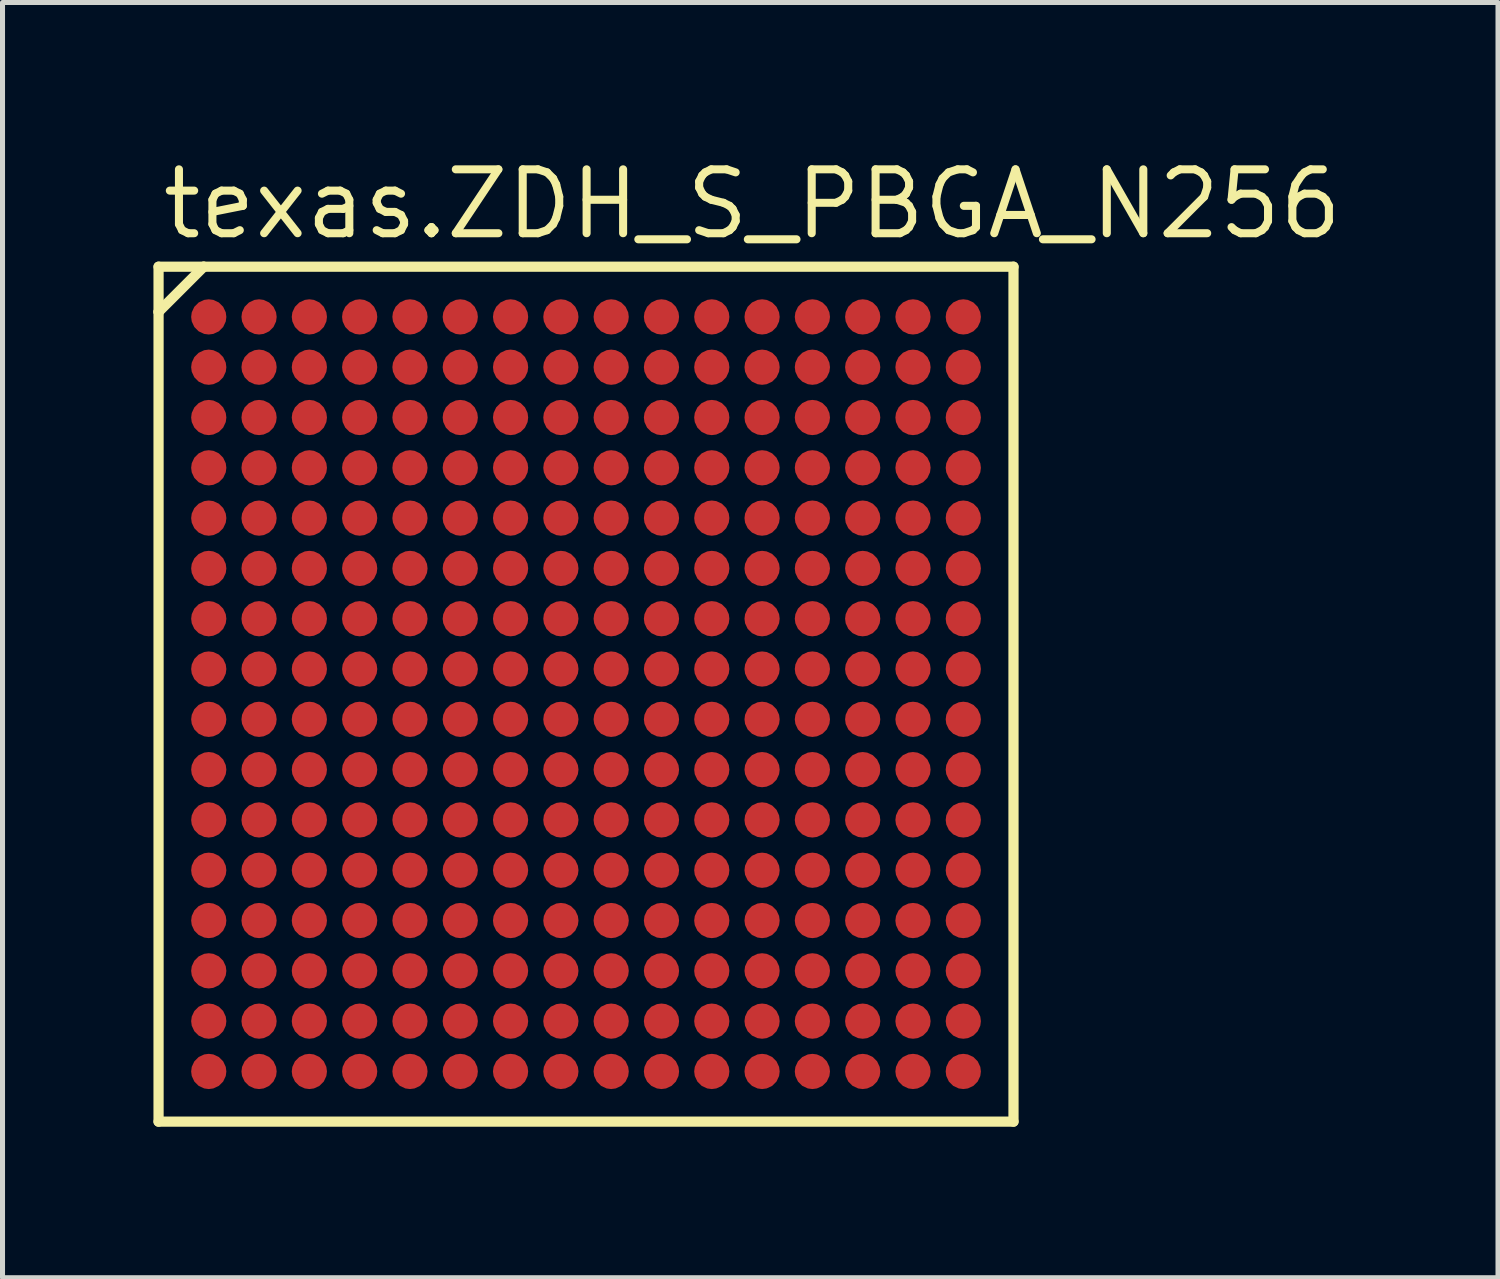
<source format=kicad_pcb>
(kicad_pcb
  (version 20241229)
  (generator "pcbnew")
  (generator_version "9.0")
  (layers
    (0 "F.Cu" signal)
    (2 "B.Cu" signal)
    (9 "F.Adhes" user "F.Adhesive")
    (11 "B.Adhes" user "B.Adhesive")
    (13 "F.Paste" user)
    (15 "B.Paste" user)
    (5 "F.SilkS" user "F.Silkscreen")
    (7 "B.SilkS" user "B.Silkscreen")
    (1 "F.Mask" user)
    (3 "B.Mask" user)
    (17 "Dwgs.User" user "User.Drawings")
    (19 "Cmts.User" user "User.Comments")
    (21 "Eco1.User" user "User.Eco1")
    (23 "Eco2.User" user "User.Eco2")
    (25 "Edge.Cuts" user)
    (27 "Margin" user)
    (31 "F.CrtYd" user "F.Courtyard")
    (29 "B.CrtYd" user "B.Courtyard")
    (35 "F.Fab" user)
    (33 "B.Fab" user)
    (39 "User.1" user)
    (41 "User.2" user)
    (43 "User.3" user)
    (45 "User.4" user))
  (footprint "texas.ZDH_S_PBGA_N256"
    (layer "F.Cu")
    (at 8.6 10.75)
    (property "Reference" "texas.ZDH_S_PBGA_N256" (at -8.5 -9 0) (layer "F.SilkS") (effects (font (size 1.27 1.27) (thickness 0.16)) (justify left bottom)))
    (attr smd)
    (fp_circle (center -7.5 -7.5) (end -7.2 -7.5) (stroke (width 0.1) (type default)) (fill no) (layer "F.Mask"))
    (fp_circle (center -7.5 -6.5) (end -7.2 -6.5) (stroke (width 0.1) (type default)) (fill no) (layer "F.Mask"))
    (fp_circle (center -7.5 -5.5) (end -7.2 -5.5) (stroke (width 0.1) (type default)) (fill no) (layer "F.Mask"))
    (fp_circle (center -7.5 -4.5) (end -7.2 -4.5) (stroke (width 0.1) (type default)) (fill no) (layer "F.Mask"))
    (fp_circle (center -7.5 -3.5) (end -7.2 -3.5) (stroke (width 0.1) (type default)) (fill no) (layer "F.Mask"))
    (fp_circle (center -7.5 -2.5) (end -7.2 -2.5) (stroke (width 0.1) (type default)) (fill no) (layer "F.Mask"))
    (fp_circle (center -7.5 -1.5) (end -7.2 -1.5) (stroke (width 0.1) (type default)) (fill no) (layer "F.Mask"))
    (fp_circle (center -7.5 -0.5) (end -7.2 -0.5) (stroke (width 0.1) (type default)) (fill no) (layer "F.Mask"))
    (fp_circle (center -7.5 0.5) (end -7.2 0.5) (stroke (width 0.1) (type default)) (fill no) (layer "F.Mask"))
    (fp_circle (center -7.5 1.5) (end -7.2 1.5) (stroke (width 0.1) (type default)) (fill no) (layer "F.Mask"))
    (fp_circle (center -7.5 2.5) (end -7.2 2.5) (stroke (width 0.1) (type default)) (fill no) (layer "F.Mask"))
    (fp_circle (center -7.5 3.5) (end -7.2 3.5) (stroke (width 0.1) (type default)) (fill no) (layer "F.Mask"))
    (fp_circle (center -7.5 4.5) (end -7.2 4.5) (stroke (width 0.1) (type default)) (fill no) (layer "F.Mask"))
    (fp_circle (center -7.5 5.5) (end -7.2 5.5) (stroke (width 0.1) (type default)) (fill no) (layer "F.Mask"))
    (fp_circle (center -7.5 6.5) (end -7.2 6.5) (stroke (width 0.1) (type default)) (fill no) (layer "F.Mask"))
    (fp_circle (center -7.5 7.5) (end -7.2 7.5) (stroke (width 0.1) (type default)) (fill no) (layer "F.Mask"))
    (fp_circle (center -6.5 -7.5) (end -6.2 -7.5) (stroke (width 0.1) (type default)) (fill no) (layer "F.Mask"))
    (fp_circle (center -6.5 -6.5) (end -6.2 -6.5) (stroke (width 0.1) (type default)) (fill no) (layer "F.Mask"))
    (fp_circle (center -6.5 -5.5) (end -6.2 -5.5) (stroke (width 0.1) (type default)) (fill no) (layer "F.Mask"))
    (fp_circle (center -6.5 -4.5) (end -6.2 -4.5) (stroke (width 0.1) (type default)) (fill no) (layer "F.Mask"))
    (fp_circle (center -6.5 -3.5) (end -6.2 -3.5) (stroke (width 0.1) (type default)) (fill no) (layer "F.Mask"))
    (fp_circle (center -6.5 -2.5) (end -6.2 -2.5) (stroke (width 0.1) (type default)) (fill no) (layer "F.Mask"))
    (fp_circle (center -6.5 -1.5) (end -6.2 -1.5) (stroke (width 0.1) (type default)) (fill no) (layer "F.Mask"))
    (fp_circle (center -6.5 -0.5) (end -6.2 -0.5) (stroke (width 0.1) (type default)) (fill no) (layer "F.Mask"))
    (fp_circle (center -6.5 0.5) (end -6.2 0.5) (stroke (width 0.1) (type default)) (fill no) (layer "F.Mask"))
    (fp_circle (center -6.5 1.5) (end -6.2 1.5) (stroke (width 0.1) (type default)) (fill no) (layer "F.Mask"))
    (fp_circle (center -6.5 2.5) (end -6.2 2.5) (stroke (width 0.1) (type default)) (fill no) (layer "F.Mask"))
    (fp_circle (center -6.5 3.5) (end -6.2 3.5) (stroke (width 0.1) (type default)) (fill no) (layer "F.Mask"))
    (fp_circle (center -6.5 4.5) (end -6.2 4.5) (stroke (width 0.1) (type default)) (fill no) (layer "F.Mask"))
    (fp_circle (center -6.5 5.5) (end -6.2 5.5) (stroke (width 0.1) (type default)) (fill no) (layer "F.Mask"))
    (fp_circle (center -6.5 6.5) (end -6.2 6.5) (stroke (width 0.1) (type default)) (fill no) (layer "F.Mask"))
    (fp_circle (center -6.5 7.5) (end -6.2 7.5) (stroke (width 0.1) (type default)) (fill no) (layer "F.Mask"))
    (fp_circle (center -5.5 -7.5) (end -5.2 -7.5) (stroke (width 0.1) (type default)) (fill no) (layer "F.Mask"))
    (fp_circle (center -5.5 -6.5) (end -5.2 -6.5) (stroke (width 0.1) (type default)) (fill no) (layer "F.Mask"))
    (fp_circle (center -5.5 -5.5) (end -5.2 -5.5) (stroke (width 0.1) (type default)) (fill no) (layer "F.Mask"))
    (fp_circle (center -5.5 -4.5) (end -5.2 -4.5) (stroke (width 0.1) (type default)) (fill no) (layer "F.Mask"))
    (fp_circle (center -5.5 -3.5) (end -5.2 -3.5) (stroke (width 0.1) (type default)) (fill no) (layer "F.Mask"))
    (fp_circle (center -5.5 -2.5) (end -5.2 -2.5) (stroke (width 0.1) (type default)) (fill no) (layer "F.Mask"))
    (fp_circle (center -5.5 -1.5) (end -5.2 -1.5) (stroke (width 0.1) (type default)) (fill no) (layer "F.Mask"))
    (fp_circle (center -5.5 -0.5) (end -5.2 -0.5) (stroke (width 0.1) (type default)) (fill no) (layer "F.Mask"))
    (fp_circle (center -5.5 0.5) (end -5.2 0.5) (stroke (width 0.1) (type default)) (fill no) (layer "F.Mask"))
    (fp_circle (center -5.5 1.5) (end -5.2 1.5) (stroke (width 0.1) (type default)) (fill no) (layer "F.Mask"))
    (fp_circle (center -5.5 2.5) (end -5.2 2.5) (stroke (width 0.1) (type default)) (fill no) (layer "F.Mask"))
    (fp_circle (center -5.5 3.5) (end -5.2 3.5) (stroke (width 0.1) (type default)) (fill no) (layer "F.Mask"))
    (fp_circle (center -5.5 4.5) (end -5.2 4.5) (stroke (width 0.1) (type default)) (fill no) (layer "F.Mask"))
    (fp_circle (center -5.5 5.5) (end -5.2 5.5) (stroke (width 0.1) (type default)) (fill no) (layer "F.Mask"))
    (fp_circle (center -5.5 6.5) (end -5.2 6.5) (stroke (width 0.1) (type default)) (fill no) (layer "F.Mask"))
    (fp_circle (center -5.5 7.5) (end -5.2 7.5) (stroke (width 0.1) (type default)) (fill no) (layer "F.Mask"))
    (fp_circle (center -4.5 -7.5) (end -4.2 -7.5) (stroke (width 0.1) (type default)) (fill no) (layer "F.Mask"))
    (fp_circle (center -4.5 -6.5) (end -4.2 -6.5) (stroke (width 0.1) (type default)) (fill no) (layer "F.Mask"))
    (fp_circle (center -4.5 -5.5) (end -4.2 -5.5) (stroke (width 0.1) (type default)) (fill no) (layer "F.Mask"))
    (fp_circle (center -4.5 -4.5) (end -4.2 -4.5) (stroke (width 0.1) (type default)) (fill no) (layer "F.Mask"))
    (fp_circle (center -4.5 -3.5) (end -4.2 -3.5) (stroke (width 0.1) (type default)) (fill no) (layer "F.Mask"))
    (fp_circle (center -4.5 -2.5) (end -4.2 -2.5) (stroke (width 0.1) (type default)) (fill no) (layer "F.Mask"))
    (fp_circle (center -4.5 -1.5) (end -4.2 -1.5) (stroke (width 0.1) (type default)) (fill no) (layer "F.Mask"))
    (fp_circle (center -4.5 -0.5) (end -4.2 -0.5) (stroke (width 0.1) (type default)) (fill no) (layer "F.Mask"))
    (fp_circle (center -4.5 0.5) (end -4.2 0.5) (stroke (width 0.1) (type default)) (fill no) (layer "F.Mask"))
    (fp_circle (center -4.5 1.5) (end -4.2 1.5) (stroke (width 0.1) (type default)) (fill no) (layer "F.Mask"))
    (fp_circle (center -4.5 2.5) (end -4.2 2.5) (stroke (width 0.1) (type default)) (fill no) (layer "F.Mask"))
    (fp_circle (center -4.5 3.5) (end -4.2 3.5) (stroke (width 0.1) (type default)) (fill no) (layer "F.Mask"))
    (fp_circle (center -4.5 4.5) (end -4.2 4.5) (stroke (width 0.1) (type default)) (fill no) (layer "F.Mask"))
    (fp_circle (center -4.5 5.5) (end -4.2 5.5) (stroke (width 0.1) (type default)) (fill no) (layer "F.Mask"))
    (fp_circle (center -4.5 6.5) (end -4.2 6.5) (stroke (width 0.1) (type default)) (fill no) (layer "F.Mask"))
    (fp_circle (center -4.5 7.5) (end -4.2 7.5) (stroke (width 0.1) (type default)) (fill no) (layer "F.Mask"))
    (fp_circle (center -3.5 -7.5) (end -3.2 -7.5) (stroke (width 0.1) (type default)) (fill no) (layer "F.Mask"))
    (fp_circle (center -3.5 -6.5) (end -3.2 -6.5) (stroke (width 0.1) (type default)) (fill no) (layer "F.Mask"))
    (fp_circle (center -3.5 -5.5) (end -3.2 -5.5) (stroke (width 0.1) (type default)) (fill no) (layer "F.Mask"))
    (fp_circle (center -3.5 -4.5) (end -3.2 -4.5) (stroke (width 0.1) (type default)) (fill no) (layer "F.Mask"))
    (fp_circle (center -3.5 -3.5) (end -3.2 -3.5) (stroke (width 0.1) (type default)) (fill no) (layer "F.Mask"))
    (fp_circle (center -3.5 -2.5) (end -3.2 -2.5) (stroke (width 0.1) (type default)) (fill no) (layer "F.Mask"))
    (fp_circle (center -3.5 -1.5) (end -3.2 -1.5) (stroke (width 0.1) (type default)) (fill no) (layer "F.Mask"))
    (fp_circle (center -3.5 -0.5) (end -3.2 -0.5) (stroke (width 0.1) (type default)) (fill no) (layer "F.Mask"))
    (fp_circle (center -3.5 0.5) (end -3.2 0.5) (stroke (width 0.1) (type default)) (fill no) (layer "F.Mask"))
    (fp_circle (center -3.5 1.5) (end -3.2 1.5) (stroke (width 0.1) (type default)) (fill no) (layer "F.Mask"))
    (fp_circle (center -3.5 2.5) (end -3.2 2.5) (stroke (width 0.1) (type default)) (fill no) (layer "F.Mask"))
    (fp_circle (center -3.5 3.5) (end -3.2 3.5) (stroke (width 0.1) (type default)) (fill no) (layer "F.Mask"))
    (fp_circle (center -3.5 4.5) (end -3.2 4.5) (stroke (width 0.1) (type default)) (fill no) (layer "F.Mask"))
    (fp_circle (center -3.5 5.5) (end -3.2 5.5) (stroke (width 0.1) (type default)) (fill no) (layer "F.Mask"))
    (fp_circle (center -3.5 6.5) (end -3.2 6.5) (stroke (width 0.1) (type default)) (fill no) (layer "F.Mask"))
    (fp_circle (center -3.5 7.5) (end -3.2 7.5) (stroke (width 0.1) (type default)) (fill no) (layer "F.Mask"))
    (fp_circle (center -2.5 -7.5) (end -2.2 -7.5) (stroke (width 0.1) (type default)) (fill no) (layer "F.Mask"))
    (fp_circle (center -2.5 -6.5) (end -2.2 -6.5) (stroke (width 0.1) (type default)) (fill no) (layer "F.Mask"))
    (fp_circle (center -2.5 -5.5) (end -2.2 -5.5) (stroke (width 0.1) (type default)) (fill no) (layer "F.Mask"))
    (fp_circle (center -2.5 -4.5) (end -2.2 -4.5) (stroke (width 0.1) (type default)) (fill no) (layer "F.Mask"))
    (fp_circle (center -2.5 -3.5) (end -2.2 -3.5) (stroke (width 0.1) (type default)) (fill no) (layer "F.Mask"))
    (fp_circle (center -2.5 -2.5) (end -2.2 -2.5) (stroke (width 0.1) (type default)) (fill no) (layer "F.Mask"))
    (fp_circle (center -2.5 -1.5) (end -2.2 -1.5) (stroke (width 0.1) (type default)) (fill no) (layer "F.Mask"))
    (fp_circle (center -2.5 -0.5) (end -2.2 -0.5) (stroke (width 0.1) (type default)) (fill no) (layer "F.Mask"))
    (fp_circle (center -2.5 0.5) (end -2.2 0.5) (stroke (width 0.1) (type default)) (fill no) (layer "F.Mask"))
    (fp_circle (center -2.5 1.5) (end -2.2 1.5) (stroke (width 0.1) (type default)) (fill no) (layer "F.Mask"))
    (fp_circle (center -2.5 2.5) (end -2.2 2.5) (stroke (width 0.1) (type default)) (fill no) (layer "F.Mask"))
    (fp_circle (center -2.5 3.5) (end -2.2 3.5) (stroke (width 0.1) (type default)) (fill no) (layer "F.Mask"))
    (fp_circle (center -2.5 4.5) (end -2.2 4.5) (stroke (width 0.1) (type default)) (fill no) (layer "F.Mask"))
    (fp_circle (center -2.5 5.5) (end -2.2 5.5) (stroke (width 0.1) (type default)) (fill no) (layer "F.Mask"))
    (fp_circle (center -2.5 6.5) (end -2.2 6.5) (stroke (width 0.1) (type default)) (fill no) (layer "F.Mask"))
    (fp_circle (center -2.5 7.5) (end -2.2 7.5) (stroke (width 0.1) (type default)) (fill no) (layer "F.Mask"))
    (fp_circle (center -1.5 -7.5) (end -1.2 -7.5) (stroke (width 0.1) (type default)) (fill no) (layer "F.Mask"))
    (fp_circle (center -1.5 -6.5) (end -1.2 -6.5) (stroke (width 0.1) (type default)) (fill no) (layer "F.Mask"))
    (fp_circle (center -1.5 -5.5) (end -1.2 -5.5) (stroke (width 0.1) (type default)) (fill no) (layer "F.Mask"))
    (fp_circle (center -1.5 -4.5) (end -1.2 -4.5) (stroke (width 0.1) (type default)) (fill no) (layer "F.Mask"))
    (fp_circle (center -1.5 -3.5) (end -1.2 -3.5) (stroke (width 0.1) (type default)) (fill no) (layer "F.Mask"))
    (fp_circle (center -1.5 -2.5) (end -1.2 -2.5) (stroke (width 0.1) (type default)) (fill no) (layer "F.Mask"))
    (fp_circle (center -1.5 -1.5) (end -1.2 -1.5) (stroke (width 0.1) (type default)) (fill no) (layer "F.Mask"))
    (fp_circle (center -1.5 -0.5) (end -1.2 -0.5) (stroke (width 0.1) (type default)) (fill no) (layer "F.Mask"))
    (fp_circle (center -1.5 0.5) (end -1.2 0.5) (stroke (width 0.1) (type default)) (fill no) (layer "F.Mask"))
    (fp_circle (center -1.5 1.5) (end -1.2 1.5) (stroke (width 0.1) (type default)) (fill no) (layer "F.Mask"))
    (fp_circle (center -1.5 2.5) (end -1.2 2.5) (stroke (width 0.1) (type default)) (fill no) (layer "F.Mask"))
    (fp_circle (center -1.5 3.5) (end -1.2 3.5) (stroke (width 0.1) (type default)) (fill no) (layer "F.Mask"))
    (fp_circle (center -1.5 4.5) (end -1.2 4.5) (stroke (width 0.1) (type default)) (fill no) (layer "F.Mask"))
    (fp_circle (center -1.5 5.5) (end -1.2 5.5) (stroke (width 0.1) (type default)) (fill no) (layer "F.Mask"))
    (fp_circle (center -1.5 6.5) (end -1.2 6.5) (stroke (width 0.1) (type default)) (fill no) (layer "F.Mask"))
    (fp_circle (center -1.5 7.5) (end -1.2 7.5) (stroke (width 0.1) (type default)) (fill no) (layer "F.Mask"))
    (fp_circle (center -0.5 -7.5) (end -0.2 -7.5) (stroke (width 0.1) (type default)) (fill no) (layer "F.Mask"))
    (fp_circle (center -0.5 -6.5) (end -0.2 -6.5) (stroke (width 0.1) (type default)) (fill no) (layer "F.Mask"))
    (fp_circle (center -0.5 -5.5) (end -0.2 -5.5) (stroke (width 0.1) (type default)) (fill no) (layer "F.Mask"))
    (fp_circle (center -0.5 -4.5) (end -0.2 -4.5) (stroke (width 0.1) (type default)) (fill no) (layer "F.Mask"))
    (fp_circle (center -0.5 -3.5) (end -0.2 -3.5) (stroke (width 0.1) (type default)) (fill no) (layer "F.Mask"))
    (fp_circle (center -0.5 -2.5) (end -0.2 -2.5) (stroke (width 0.1) (type default)) (fill no) (layer "F.Mask"))
    (fp_circle (center -0.5 -1.5) (end -0.2 -1.5) (stroke (width 0.1) (type default)) (fill no) (layer "F.Mask"))
    (fp_circle (center -0.5 -0.5) (end -0.2 -0.5) (stroke (width 0.1) (type default)) (fill no) (layer "F.Mask"))
    (fp_circle (center -0.5 0.5) (end -0.2 0.5) (stroke (width 0.1) (type default)) (fill no) (layer "F.Mask"))
    (fp_circle (center -0.5 1.5) (end -0.2 1.5) (stroke (width 0.1) (type default)) (fill no) (layer "F.Mask"))
    (fp_circle (center -0.5 2.5) (end -0.2 2.5) (stroke (width 0.1) (type default)) (fill no) (layer "F.Mask"))
    (fp_circle (center -0.5 3.5) (end -0.2 3.5) (stroke (width 0.1) (type default)) (fill no) (layer "F.Mask"))
    (fp_circle (center -0.5 4.5) (end -0.2 4.5) (stroke (width 0.1) (type default)) (fill no) (layer "F.Mask"))
    (fp_circle (center -0.5 5.5) (end -0.2 5.5) (stroke (width 0.1) (type default)) (fill no) (layer "F.Mask"))
    (fp_circle (center -0.5 6.5) (end -0.2 6.5) (stroke (width 0.1) (type default)) (fill no) (layer "F.Mask"))
    (fp_circle (center -0.5 7.5) (end -0.2 7.5) (stroke (width 0.1) (type default)) (fill no) (layer "F.Mask"))
    (fp_circle (center 0.5 -7.5) (end 0.8 -7.5) (stroke (width 0.1) (type default)) (fill no) (layer "F.Mask"))
    (fp_circle (center 0.5 -6.5) (end 0.8 -6.5) (stroke (width 0.1) (type default)) (fill no) (layer "F.Mask"))
    (fp_circle (center 0.5 -5.5) (end 0.8 -5.5) (stroke (width 0.1) (type default)) (fill no) (layer "F.Mask"))
    (fp_circle (center 0.5 -4.5) (end 0.8 -4.5) (stroke (width 0.1) (type default)) (fill no) (layer "F.Mask"))
    (fp_circle (center 0.5 -3.5) (end 0.8 -3.5) (stroke (width 0.1) (type default)) (fill no) (layer "F.Mask"))
    (fp_circle (center 0.5 -2.5) (end 0.8 -2.5) (stroke (width 0.1) (type default)) (fill no) (layer "F.Mask"))
    (fp_circle (center 0.5 -1.5) (end 0.8 -1.5) (stroke (width 0.1) (type default)) (fill no) (layer "F.Mask"))
    (fp_circle (center 0.5 -0.5) (end 0.8 -0.5) (stroke (width 0.1) (type default)) (fill no) (layer "F.Mask"))
    (fp_circle (center 0.5 0.5) (end 0.8 0.5) (stroke (width 0.1) (type default)) (fill no) (layer "F.Mask"))
    (fp_circle (center 0.5 1.5) (end 0.8 1.5) (stroke (width 0.1) (type default)) (fill no) (layer "F.Mask"))
    (fp_circle (center 0.5 2.5) (end 0.8 2.5) (stroke (width 0.1) (type default)) (fill no) (layer "F.Mask"))
    (fp_circle (center 0.5 3.5) (end 0.8 3.5) (stroke (width 0.1) (type default)) (fill no) (layer "F.Mask"))
    (fp_circle (center 0.5 4.5) (end 0.8 4.5) (stroke (width 0.1) (type default)) (fill no) (layer "F.Mask"))
    (fp_circle (center 0.5 5.5) (end 0.8 5.5) (stroke (width 0.1) (type default)) (fill no) (layer "F.Mask"))
    (fp_circle (center 0.5 6.5) (end 0.8 6.5) (stroke (width 0.1) (type default)) (fill no) (layer "F.Mask"))
    (fp_circle (center 0.5 7.5) (end 0.8 7.5) (stroke (width 0.1) (type default)) (fill no) (layer "F.Mask"))
    (fp_circle (center 1.5 -7.5) (end 1.8 -7.5) (stroke (width 0.1) (type default)) (fill no) (layer "F.Mask"))
    (fp_circle (center 1.5 -6.5) (end 1.8 -6.5) (stroke (width 0.1) (type default)) (fill no) (layer "F.Mask"))
    (fp_circle (center 1.5 -5.5) (end 1.8 -5.5) (stroke (width 0.1) (type default)) (fill no) (layer "F.Mask"))
    (fp_circle (center 1.5 -4.5) (end 1.8 -4.5) (stroke (width 0.1) (type default)) (fill no) (layer "F.Mask"))
    (fp_circle (center 1.5 -3.5) (end 1.8 -3.5) (stroke (width 0.1) (type default)) (fill no) (layer "F.Mask"))
    (fp_circle (center 1.5 -2.5) (end 1.8 -2.5) (stroke (width 0.1) (type default)) (fill no) (layer "F.Mask"))
    (fp_circle (center 1.5 -1.5) (end 1.8 -1.5) (stroke (width 0.1) (type default)) (fill no) (layer "F.Mask"))
    (fp_circle (center 1.5 -0.5) (end 1.8 -0.5) (stroke (width 0.1) (type default)) (fill no) (layer "F.Mask"))
    (fp_circle (center 1.5 0.5) (end 1.8 0.5) (stroke (width 0.1) (type default)) (fill no) (layer "F.Mask"))
    (fp_circle (center 1.5 1.5) (end 1.8 1.5) (stroke (width 0.1) (type default)) (fill no) (layer "F.Mask"))
    (fp_circle (center 1.5 2.5) (end 1.8 2.5) (stroke (width 0.1) (type default)) (fill no) (layer "F.Mask"))
    (fp_circle (center 1.5 3.5) (end 1.8 3.5) (stroke (width 0.1) (type default)) (fill no) (layer "F.Mask"))
    (fp_circle (center 1.5 4.5) (end 1.8 4.5) (stroke (width 0.1) (type default)) (fill no) (layer "F.Mask"))
    (fp_circle (center 1.5 5.5) (end 1.8 5.5) (stroke (width 0.1) (type default)) (fill no) (layer "F.Mask"))
    (fp_circle (center 1.5 6.5) (end 1.8 6.5) (stroke (width 0.1) (type default)) (fill no) (layer "F.Mask"))
    (fp_circle (center 1.5 7.5) (end 1.8 7.5) (stroke (width 0.1) (type default)) (fill no) (layer "F.Mask"))
    (fp_circle (center 2.5 -7.5) (end 2.8 -7.5) (stroke (width 0.1) (type default)) (fill no) (layer "F.Mask"))
    (fp_circle (center 2.5 -6.5) (end 2.8 -6.5) (stroke (width 0.1) (type default)) (fill no) (layer "F.Mask"))
    (fp_circle (center 2.5 -5.5) (end 2.8 -5.5) (stroke (width 0.1) (type default)) (fill no) (layer "F.Mask"))
    (fp_circle (center 2.5 -4.5) (end 2.8 -4.5) (stroke (width 0.1) (type default)) (fill no) (layer "F.Mask"))
    (fp_circle (center 2.5 -3.5) (end 2.8 -3.5) (stroke (width 0.1) (type default)) (fill no) (layer "F.Mask"))
    (fp_circle (center 2.5 -2.5) (end 2.8 -2.5) (stroke (width 0.1) (type default)) (fill no) (layer "F.Mask"))
    (fp_circle (center 2.5 -1.5) (end 2.8 -1.5) (stroke (width 0.1) (type default)) (fill no) (layer "F.Mask"))
    (fp_circle (center 2.5 -0.5) (end 2.8 -0.5) (stroke (width 0.1) (type default)) (fill no) (layer "F.Mask"))
    (fp_circle (center 2.5 0.5) (end 2.8 0.5) (stroke (width 0.1) (type default)) (fill no) (layer "F.Mask"))
    (fp_circle (center 2.5 1.5) (end 2.8 1.5) (stroke (width 0.1) (type default)) (fill no) (layer "F.Mask"))
    (fp_circle (center 2.5 2.5) (end 2.8 2.5) (stroke (width 0.1) (type default)) (fill no) (layer "F.Mask"))
    (fp_circle (center 2.5 3.5) (end 2.8 3.5) (stroke (width 0.1) (type default)) (fill no) (layer "F.Mask"))
    (fp_circle (center 2.5 4.5) (end 2.8 4.5) (stroke (width 0.1) (type default)) (fill no) (layer "F.Mask"))
    (fp_circle (center 2.5 5.5) (end 2.8 5.5) (stroke (width 0.1) (type default)) (fill no) (layer "F.Mask"))
    (fp_circle (center 2.5 6.5) (end 2.8 6.5) (stroke (width 0.1) (type default)) (fill no) (layer "F.Mask"))
    (fp_circle (center 2.5 7.5) (end 2.8 7.5) (stroke (width 0.1) (type default)) (fill no) (layer "F.Mask"))
    (fp_circle (center 3.5 -7.5) (end 3.8 -7.5) (stroke (width 0.1) (type default)) (fill no) (layer "F.Mask"))
    (fp_circle (center 3.5 -6.5) (end 3.8 -6.5) (stroke (width 0.1) (type default)) (fill no) (layer "F.Mask"))
    (fp_circle (center 3.5 -5.5) (end 3.8 -5.5) (stroke (width 0.1) (type default)) (fill no) (layer "F.Mask"))
    (fp_circle (center 3.5 -4.5) (end 3.8 -4.5) (stroke (width 0.1) (type default)) (fill no) (layer "F.Mask"))
    (fp_circle (center 3.5 -3.5) (end 3.8 -3.5) (stroke (width 0.1) (type default)) (fill no) (layer "F.Mask"))
    (fp_circle (center 3.5 -2.5) (end 3.8 -2.5) (stroke (width 0.1) (type default)) (fill no) (layer "F.Mask"))
    (fp_circle (center 3.5 -1.5) (end 3.8 -1.5) (stroke (width 0.1) (type default)) (fill no) (layer "F.Mask"))
    (fp_circle (center 3.5 -0.5) (end 3.8 -0.5) (stroke (width 0.1) (type default)) (fill no) (layer "F.Mask"))
    (fp_circle (center 3.5 0.5) (end 3.8 0.5) (stroke (width 0.1) (type default)) (fill no) (layer "F.Mask"))
    (fp_circle (center 3.5 1.5) (end 3.8 1.5) (stroke (width 0.1) (type default)) (fill no) (layer "F.Mask"))
    (fp_circle (center 3.5 2.5) (end 3.8 2.5) (stroke (width 0.1) (type default)) (fill no) (layer "F.Mask"))
    (fp_circle (center 3.5 3.5) (end 3.8 3.5) (stroke (width 0.1) (type default)) (fill no) (layer "F.Mask"))
    (fp_circle (center 3.5 4.5) (end 3.8 4.5) (stroke (width 0.1) (type default)) (fill no) (layer "F.Mask"))
    (fp_circle (center 3.5 5.5) (end 3.8 5.5) (stroke (width 0.1) (type default)) (fill no) (layer "F.Mask"))
    (fp_circle (center 3.5 6.5) (end 3.8 6.5) (stroke (width 0.1) (type default)) (fill no) (layer "F.Mask"))
    (fp_circle (center 3.5 7.5) (end 3.8 7.5) (stroke (width 0.1) (type default)) (fill no) (layer "F.Mask"))
    (fp_circle (center 4.5 -7.5) (end 4.8 -7.5) (stroke (width 0.1) (type default)) (fill no) (layer "F.Mask"))
    (fp_circle (center 4.5 -6.5) (end 4.8 -6.5) (stroke (width 0.1) (type default)) (fill no) (layer "F.Mask"))
    (fp_circle (center 4.5 -5.5) (end 4.8 -5.5) (stroke (width 0.1) (type default)) (fill no) (layer "F.Mask"))
    (fp_circle (center 4.5 -4.5) (end 4.8 -4.5) (stroke (width 0.1) (type default)) (fill no) (layer "F.Mask"))
    (fp_circle (center 4.5 -3.5) (end 4.8 -3.5) (stroke (width 0.1) (type default)) (fill no) (layer "F.Mask"))
    (fp_circle (center 4.5 -2.5) (end 4.8 -2.5) (stroke (width 0.1) (type default)) (fill no) (layer "F.Mask"))
    (fp_circle (center 4.5 -1.5) (end 4.8 -1.5) (stroke (width 0.1) (type default)) (fill no) (layer "F.Mask"))
    (fp_circle (center 4.5 -0.5) (end 4.8 -0.5) (stroke (width 0.1) (type default)) (fill no) (layer "F.Mask"))
    (fp_circle (center 4.5 0.5) (end 4.8 0.5) (stroke (width 0.1) (type default)) (fill no) (layer "F.Mask"))
    (fp_circle (center 4.5 1.5) (end 4.8 1.5) (stroke (width 0.1) (type default)) (fill no) (layer "F.Mask"))
    (fp_circle (center 4.5 2.5) (end 4.8 2.5) (stroke (width 0.1) (type default)) (fill no) (layer "F.Mask"))
    (fp_circle (center 4.5 3.5) (end 4.8 3.5) (stroke (width 0.1) (type default)) (fill no) (layer "F.Mask"))
    (fp_circle (center 4.5 4.5) (end 4.8 4.5) (stroke (width 0.1) (type default)) (fill no) (layer "F.Mask"))
    (fp_circle (center 4.5 5.5) (end 4.8 5.5) (stroke (width 0.1) (type default)) (fill no) (layer "F.Mask"))
    (fp_circle (center 4.5 6.5) (end 4.8 6.5) (stroke (width 0.1) (type default)) (fill no) (layer "F.Mask"))
    (fp_circle (center 4.5 7.5) (end 4.8 7.5) (stroke (width 0.1) (type default)) (fill no) (layer "F.Mask"))
    (fp_circle (center 5.5 -7.5) (end 5.8 -7.5) (stroke (width 0.1) (type default)) (fill no) (layer "F.Mask"))
    (fp_circle (center 5.5 -6.5) (end 5.8 -6.5) (stroke (width 0.1) (type default)) (fill no) (layer "F.Mask"))
    (fp_circle (center 5.5 -5.5) (end 5.8 -5.5) (stroke (width 0.1) (type default)) (fill no) (layer "F.Mask"))
    (fp_circle (center 5.5 -4.5) (end 5.8 -4.5) (stroke (width 0.1) (type default)) (fill no) (layer "F.Mask"))
    (fp_circle (center 5.5 -3.5) (end 5.8 -3.5) (stroke (width 0.1) (type default)) (fill no) (layer "F.Mask"))
    (fp_circle (center 5.5 -2.5) (end 5.8 -2.5) (stroke (width 0.1) (type default)) (fill no) (layer "F.Mask"))
    (fp_circle (center 5.5 -1.5) (end 5.8 -1.5) (stroke (width 0.1) (type default)) (fill no) (layer "F.Mask"))
    (fp_circle (center 5.5 -0.5) (end 5.8 -0.5) (stroke (width 0.1) (type default)) (fill no) (layer "F.Mask"))
    (fp_circle (center 5.5 0.5) (end 5.8 0.5) (stroke (width 0.1) (type default)) (fill no) (layer "F.Mask"))
    (fp_circle (center 5.5 1.5) (end 5.8 1.5) (stroke (width 0.1) (type default)) (fill no) (layer "F.Mask"))
    (fp_circle (center 5.5 2.5) (end 5.8 2.5) (stroke (width 0.1) (type default)) (fill no) (layer "F.Mask"))
    (fp_circle (center 5.5 3.5) (end 5.8 3.5) (stroke (width 0.1) (type default)) (fill no) (layer "F.Mask"))
    (fp_circle (center 5.5 4.5) (end 5.8 4.5) (stroke (width 0.1) (type default)) (fill no) (layer "F.Mask"))
    (fp_circle (center 5.5 5.5) (end 5.8 5.5) (stroke (width 0.1) (type default)) (fill no) (layer "F.Mask"))
    (fp_circle (center 5.5 6.5) (end 5.8 6.5) (stroke (width 0.1) (type default)) (fill no) (layer "F.Mask"))
    (fp_circle (center 5.5 7.5) (end 5.8 7.5) (stroke (width 0.1) (type default)) (fill no) (layer "F.Mask"))
    (fp_circle (center 6.5 -7.5) (end 6.8 -7.5) (stroke (width 0.1) (type default)) (fill no) (layer "F.Mask"))
    (fp_circle (center 6.5 -6.5) (end 6.8 -6.5) (stroke (width 0.1) (type default)) (fill no) (layer "F.Mask"))
    (fp_circle (center 6.5 -5.5) (end 6.8 -5.5) (stroke (width 0.1) (type default)) (fill no) (layer "F.Mask"))
    (fp_circle (center 6.5 -4.5) (end 6.8 -4.5) (stroke (width 0.1) (type default)) (fill no) (layer "F.Mask"))
    (fp_circle (center 6.5 -3.5) (end 6.8 -3.5) (stroke (width 0.1) (type default)) (fill no) (layer "F.Mask"))
    (fp_circle (center 6.5 -2.5) (end 6.8 -2.5) (stroke (width 0.1) (type default)) (fill no) (layer "F.Mask"))
    (fp_circle (center 6.5 -1.5) (end 6.8 -1.5) (stroke (width 0.1) (type default)) (fill no) (layer "F.Mask"))
    (fp_circle (center 6.5 -0.5) (end 6.8 -0.5) (stroke (width 0.1) (type default)) (fill no) (layer "F.Mask"))
    (fp_circle (center 6.5 0.5) (end 6.8 0.5) (stroke (width 0.1) (type default)) (fill no) (layer "F.Mask"))
    (fp_circle (center 6.5 1.5) (end 6.8 1.5) (stroke (width 0.1) (type default)) (fill no) (layer "F.Mask"))
    (fp_circle (center 6.5 2.5) (end 6.8 2.5) (stroke (width 0.1) (type default)) (fill no) (layer "F.Mask"))
    (fp_circle (center 6.5 3.5) (end 6.8 3.5) (stroke (width 0.1) (type default)) (fill no) (layer "F.Mask"))
    (fp_circle (center 6.5 4.5) (end 6.8 4.5) (stroke (width 0.1) (type default)) (fill no) (layer "F.Mask"))
    (fp_circle (center 6.5 5.5) (end 6.8 5.5) (stroke (width 0.1) (type default)) (fill no) (layer "F.Mask"))
    (fp_circle (center 6.5 6.5) (end 6.8 6.5) (stroke (width 0.1) (type default)) (fill no) (layer "F.Mask"))
    (fp_circle (center 6.5 7.5) (end 6.8 7.5) (stroke (width 0.1) (type default)) (fill no) (layer "F.Mask"))
    (fp_circle (center 7.5 -7.5) (end 7.8 -7.5) (stroke (width 0.1) (type default)) (fill no) (layer "F.Mask"))
    (fp_circle (center 7.5 -6.5) (end 7.8 -6.5) (stroke (width 0.1) (type default)) (fill no) (layer "F.Mask"))
    (fp_circle (center 7.5 -5.5) (end 7.8 -5.5) (stroke (width 0.1) (type default)) (fill no) (layer "F.Mask"))
    (fp_circle (center 7.5 -4.5) (end 7.8 -4.5) (stroke (width 0.1) (type default)) (fill no) (layer "F.Mask"))
    (fp_circle (center 7.5 -3.5) (end 7.8 -3.5) (stroke (width 0.1) (type default)) (fill no) (layer "F.Mask"))
    (fp_circle (center 7.5 -2.5) (end 7.8 -2.5) (stroke (width 0.1) (type default)) (fill no) (layer "F.Mask"))
    (fp_circle (center 7.5 -1.5) (end 7.8 -1.5) (stroke (width 0.1) (type default)) (fill no) (layer "F.Mask"))
    (fp_circle (center 7.5 -0.5) (end 7.8 -0.5) (stroke (width 0.1) (type default)) (fill no) (layer "F.Mask"))
    (fp_circle (center 7.5 0.5) (end 7.8 0.5) (stroke (width 0.1) (type default)) (fill no) (layer "F.Mask"))
    (fp_circle (center 7.5 1.5) (end 7.8 1.5) (stroke (width 0.1) (type default)) (fill no) (layer "F.Mask"))
    (fp_circle (center 7.5 2.5) (end 7.8 2.5) (stroke (width 0.1) (type default)) (fill no) (layer "F.Mask"))
    (fp_circle (center 7.5 3.5) (end 7.8 3.5) (stroke (width 0.1) (type default)) (fill no) (layer "F.Mask"))
    (fp_circle (center 7.5 4.5) (end 7.8 4.5) (stroke (width 0.1) (type default)) (fill no) (layer "F.Mask"))
    (fp_circle (center 7.5 5.5) (end 7.8 5.5) (stroke (width 0.1) (type default)) (fill no) (layer "F.Mask"))
    (fp_circle (center 7.5 6.5) (end 7.8 6.5) (stroke (width 0.1) (type default)) (fill no) (layer "F.Mask"))
    (fp_circle (center 7.5 7.5) (end 7.8 7.5) (stroke (width 0.1) (type default)) (fill no) (layer "F.Mask"))
    (fp_line (start -8.498 -8.498) (end -8.498 -7.6) (stroke (width 0.203) (type default)) (layer "F.SilkS"))
    (fp_line (start -8.498 -7.6) (end -8.498 8.498) (stroke (width 0.203) (type default)) (layer "F.SilkS"))
    (fp_line (start -8.498 -7.6) (end -7.6 -8.498) (stroke (width 0.203) (type default)) (layer "F.SilkS"))
    (fp_line (start -8.498 8.498) (end 8.498 8.498) (stroke (width 0.203) (type default)) (layer "F.SilkS"))
    (fp_line (start -7.6 -8.498) (end -8.498 -8.498) (stroke (width 0.203) (type default)) (layer "F.SilkS"))
    (fp_line (start 8.498 -8.498) (end -7.6 -8.498) (stroke (width 0.203) (type default)) (layer "F.SilkS"))
    (fp_line (start 8.498 8.498) (end 8.498 -8.498) (stroke (width 0.203) (type default)) (layer "F.SilkS"))
    (pad "A1" smd roundrect (at -7.5 -7.5) (size 0.7 0.7) (layers "F.Cu" "F.Mask" "F.Paste") (roundrect_rratio 0.5))
    (pad "A2" smd roundrect (at -6.5 -7.5) (size 0.7 0.7) (layers "F.Cu" "F.Mask" "F.Paste") (roundrect_rratio 0.5))
    (pad "A3" smd roundrect (at -5.5 -7.5) (size 0.7 0.7) (layers "F.Cu" "F.Mask" "F.Paste") (roundrect_rratio 0.5))
    (pad "A4" smd roundrect (at -4.5 -7.5) (size 0.7 0.7) (layers "F.Cu" "F.Mask" "F.Paste") (roundrect_rratio 0.5))
    (pad "A5" smd roundrect (at -3.5 -7.5) (size 0.7 0.7) (layers "F.Cu" "F.Mask" "F.Paste") (roundrect_rratio 0.5))
    (pad "A6" smd roundrect (at -2.5 -7.5) (size 0.7 0.7) (layers "F.Cu" "F.Mask" "F.Paste") (roundrect_rratio 0.5))
    (pad "A7" smd roundrect (at -1.5 -7.5) (size 0.7 0.7) (layers "F.Cu" "F.Mask" "F.Paste") (roundrect_rratio 0.5))
    (pad "A8" smd roundrect (at -0.5 -7.5) (size 0.7 0.7) (layers "F.Cu" "F.Mask" "F.Paste") (roundrect_rratio 0.5))
    (pad "A9" smd roundrect (at 0.5 -7.5) (size 0.7 0.7) (layers "F.Cu" "F.Mask" "F.Paste") (roundrect_rratio 0.5))
    (pad "A10" smd roundrect (at 1.5 -7.5) (size 0.7 0.7) (layers "F.Cu" "F.Mask" "F.Paste") (roundrect_rratio 0.5))
    (pad "A11" smd roundrect (at 2.5 -7.5) (size 0.7 0.7) (layers "F.Cu" "F.Mask" "F.Paste") (roundrect_rratio 0.5))
    (pad "A12" smd roundrect (at 3.5 -7.5) (size 0.7 0.7) (layers "F.Cu" "F.Mask" "F.Paste") (roundrect_rratio 0.5))
    (pad "A13" smd roundrect (at 4.5 -7.5) (size 0.7 0.7) (layers "F.Cu" "F.Mask" "F.Paste") (roundrect_rratio 0.5))
    (pad "A14" smd roundrect (at 5.5 -7.5) (size 0.7 0.7) (layers "F.Cu" "F.Mask" "F.Paste") (roundrect_rratio 0.5))
    (pad "A15" smd roundrect (at 6.5 -7.5) (size 0.7 0.7) (layers "F.Cu" "F.Mask" "F.Paste") (roundrect_rratio 0.5))
    (pad "A16" smd roundrect (at 7.5 -7.5) (size 0.7 0.7) (layers "F.Cu" "F.Mask" "F.Paste") (roundrect_rratio 0.5))
    (pad "B1" smd roundrect (at -7.5 -6.5) (size 0.7 0.7) (layers "F.Cu" "F.Mask" "F.Paste") (roundrect_rratio 0.5))
    (pad "B2" smd roundrect (at -6.5 -6.5) (size 0.7 0.7) (layers "F.Cu" "F.Mask" "F.Paste") (roundrect_rratio 0.5))
    (pad "B3" smd roundrect (at -5.5 -6.5) (size 0.7 0.7) (layers "F.Cu" "F.Mask" "F.Paste") (roundrect_rratio 0.5))
    (pad "B4" smd roundrect (at -4.5 -6.5) (size 0.7 0.7) (layers "F.Cu" "F.Mask" "F.Paste") (roundrect_rratio 0.5))
    (pad "B5" smd roundrect (at -3.5 -6.5) (size 0.7 0.7) (layers "F.Cu" "F.Mask" "F.Paste") (roundrect_rratio 0.5))
    (pad "B6" smd roundrect (at -2.5 -6.5) (size 0.7 0.7) (layers "F.Cu" "F.Mask" "F.Paste") (roundrect_rratio 0.5))
    (pad "B7" smd roundrect (at -1.5 -6.5) (size 0.7 0.7) (layers "F.Cu" "F.Mask" "F.Paste") (roundrect_rratio 0.5))
    (pad "B8" smd roundrect (at -0.5 -6.5) (size 0.7 0.7) (layers "F.Cu" "F.Mask" "F.Paste") (roundrect_rratio 0.5))
    (pad "B9" smd roundrect (at 0.5 -6.5) (size 0.7 0.7) (layers "F.Cu" "F.Mask" "F.Paste") (roundrect_rratio 0.5))
    (pad "B10" smd roundrect (at 1.5 -6.5) (size 0.7 0.7) (layers "F.Cu" "F.Mask" "F.Paste") (roundrect_rratio 0.5))
    (pad "B11" smd roundrect (at 2.5 -6.5) (size 0.7 0.7) (layers "F.Cu" "F.Mask" "F.Paste") (roundrect_rratio 0.5))
    (pad "B12" smd roundrect (at 3.5 -6.5) (size 0.7 0.7) (layers "F.Cu" "F.Mask" "F.Paste") (roundrect_rratio 0.5))
    (pad "B13" smd roundrect (at 4.5 -6.5) (size 0.7 0.7) (layers "F.Cu" "F.Mask" "F.Paste") (roundrect_rratio 0.5))
    (pad "B14" smd roundrect (at 5.5 -6.5) (size 0.7 0.7) (layers "F.Cu" "F.Mask" "F.Paste") (roundrect_rratio 0.5))
    (pad "B15" smd roundrect (at 6.5 -6.5) (size 0.7 0.7) (layers "F.Cu" "F.Mask" "F.Paste") (roundrect_rratio 0.5))
    (pad "B16" smd roundrect (at 7.5 -6.5) (size 0.7 0.7) (layers "F.Cu" "F.Mask" "F.Paste") (roundrect_rratio 0.5))
    (pad "C1" smd roundrect (at -7.5 -5.5) (size 0.7 0.7) (layers "F.Cu" "F.Mask" "F.Paste") (roundrect_rratio 0.5))
    (pad "C2" smd roundrect (at -6.5 -5.5) (size 0.7 0.7) (layers "F.Cu" "F.Mask" "F.Paste") (roundrect_rratio 0.5))
    (pad "C3" smd roundrect (at -5.5 -5.5) (size 0.7 0.7) (layers "F.Cu" "F.Mask" "F.Paste") (roundrect_rratio 0.5))
    (pad "C4" smd roundrect (at -4.5 -5.5) (size 0.7 0.7) (layers "F.Cu" "F.Mask" "F.Paste") (roundrect_rratio 0.5))
    (pad "C5" smd roundrect (at -3.5 -5.5) (size 0.7 0.7) (layers "F.Cu" "F.Mask" "F.Paste") (roundrect_rratio 0.5))
    (pad "C6" smd roundrect (at -2.5 -5.5) (size 0.7 0.7) (layers "F.Cu" "F.Mask" "F.Paste") (roundrect_rratio 0.5))
    (pad "C7" smd roundrect (at -1.5 -5.5) (size 0.7 0.7) (layers "F.Cu" "F.Mask" "F.Paste") (roundrect_rratio 0.5))
    (pad "C8" smd roundrect (at -0.5 -5.5) (size 0.7 0.7) (layers "F.Cu" "F.Mask" "F.Paste") (roundrect_rratio 0.5))
    (pad "C9" smd roundrect (at 0.5 -5.5) (size 0.7 0.7) (layers "F.Cu" "F.Mask" "F.Paste") (roundrect_rratio 0.5))
    (pad "C10" smd roundrect (at 1.5 -5.5) (size 0.7 0.7) (layers "F.Cu" "F.Mask" "F.Paste") (roundrect_rratio 0.5))
    (pad "C11" smd roundrect (at 2.5 -5.5) (size 0.7 0.7) (layers "F.Cu" "F.Mask" "F.Paste") (roundrect_rratio 0.5))
    (pad "C12" smd roundrect (at 3.5 -5.5) (size 0.7 0.7) (layers "F.Cu" "F.Mask" "F.Paste") (roundrect_rratio 0.5))
    (pad "C13" smd roundrect (at 4.5 -5.5) (size 0.7 0.7) (layers "F.Cu" "F.Mask" "F.Paste") (roundrect_rratio 0.5))
    (pad "C14" smd roundrect (at 5.5 -5.5) (size 0.7 0.7) (layers "F.Cu" "F.Mask" "F.Paste") (roundrect_rratio 0.5))
    (pad "C15" smd roundrect (at 6.5 -5.5) (size 0.7 0.7) (layers "F.Cu" "F.Mask" "F.Paste") (roundrect_rratio 0.5))
    (pad "C16" smd roundrect (at 7.5 -5.5) (size 0.7 0.7) (layers "F.Cu" "F.Mask" "F.Paste") (roundrect_rratio 0.5))
    (pad "D1" smd roundrect (at -7.5 -4.5) (size 0.7 0.7) (layers "F.Cu" "F.Mask" "F.Paste") (roundrect_rratio 0.5))
    (pad "D2" smd roundrect (at -6.5 -4.5) (size 0.7 0.7) (layers "F.Cu" "F.Mask" "F.Paste") (roundrect_rratio 0.5))
    (pad "D3" smd roundrect (at -5.5 -4.5) (size 0.7 0.7) (layers "F.Cu" "F.Mask" "F.Paste") (roundrect_rratio 0.5))
    (pad "D4" smd roundrect (at -4.5 -4.5) (size 0.7 0.7) (layers "F.Cu" "F.Mask" "F.Paste") (roundrect_rratio 0.5))
    (pad "D5" smd roundrect (at -3.5 -4.5) (size 0.7 0.7) (layers "F.Cu" "F.Mask" "F.Paste") (roundrect_rratio 0.5))
    (pad "D6" smd roundrect (at -2.5 -4.5) (size 0.7 0.7) (layers "F.Cu" "F.Mask" "F.Paste") (roundrect_rratio 0.5))
    (pad "D7" smd roundrect (at -1.5 -4.5) (size 0.7 0.7) (layers "F.Cu" "F.Mask" "F.Paste") (roundrect_rratio 0.5))
    (pad "D8" smd roundrect (at -0.5 -4.5) (size 0.7 0.7) (layers "F.Cu" "F.Mask" "F.Paste") (roundrect_rratio 0.5))
    (pad "D9" smd roundrect (at 0.5 -4.5) (size 0.7 0.7) (layers "F.Cu" "F.Mask" "F.Paste") (roundrect_rratio 0.5))
    (pad "D10" smd roundrect (at 1.5 -4.5) (size 0.7 0.7) (layers "F.Cu" "F.Mask" "F.Paste") (roundrect_rratio 0.5))
    (pad "D11" smd roundrect (at 2.5 -4.5) (size 0.7 0.7) (layers "F.Cu" "F.Mask" "F.Paste") (roundrect_rratio 0.5))
    (pad "D12" smd roundrect (at 3.5 -4.5) (size 0.7 0.7) (layers "F.Cu" "F.Mask" "F.Paste") (roundrect_rratio 0.5))
    (pad "D13" smd roundrect (at 4.5 -4.5) (size 0.7 0.7) (layers "F.Cu" "F.Mask" "F.Paste") (roundrect_rratio 0.5))
    (pad "D14" smd roundrect (at 5.5 -4.5) (size 0.7 0.7) (layers "F.Cu" "F.Mask" "F.Paste") (roundrect_rratio 0.5))
    (pad "D15" smd roundrect (at 6.5 -4.5) (size 0.7 0.7) (layers "F.Cu" "F.Mask" "F.Paste") (roundrect_rratio 0.5))
    (pad "D16" smd roundrect (at 7.5 -4.5) (size 0.7 0.7) (layers "F.Cu" "F.Mask" "F.Paste") (roundrect_rratio 0.5))
    (pad "E1" smd roundrect (at -7.5 -3.5) (size 0.7 0.7) (layers "F.Cu" "F.Mask" "F.Paste") (roundrect_rratio 0.5))
    (pad "E2" smd roundrect (at -6.5 -3.5) (size 0.7 0.7) (layers "F.Cu" "F.Mask" "F.Paste") (roundrect_rratio 0.5))
    (pad "E3" smd roundrect (at -5.5 -3.5) (size 0.7 0.7) (layers "F.Cu" "F.Mask" "F.Paste") (roundrect_rratio 0.5))
    (pad "E4" smd roundrect (at -4.5 -3.5) (size 0.7 0.7) (layers "F.Cu" "F.Mask" "F.Paste") (roundrect_rratio 0.5))
    (pad "E5" smd roundrect (at -3.5 -3.5) (size 0.7 0.7) (layers "F.Cu" "F.Mask" "F.Paste") (roundrect_rratio 0.5))
    (pad "E6" smd roundrect (at -2.5 -3.5) (size 0.7 0.7) (layers "F.Cu" "F.Mask" "F.Paste") (roundrect_rratio 0.5))
    (pad "E7" smd roundrect (at -1.5 -3.5) (size 0.7 0.7) (layers "F.Cu" "F.Mask" "F.Paste") (roundrect_rratio 0.5))
    (pad "E8" smd roundrect (at -0.5 -3.5) (size 0.7 0.7) (layers "F.Cu" "F.Mask" "F.Paste") (roundrect_rratio 0.5))
    (pad "E9" smd roundrect (at 0.5 -3.5) (size 0.7 0.7) (layers "F.Cu" "F.Mask" "F.Paste") (roundrect_rratio 0.5))
    (pad "E10" smd roundrect (at 1.5 -3.5) (size 0.7 0.7) (layers "F.Cu" "F.Mask" "F.Paste") (roundrect_rratio 0.5))
    (pad "E11" smd roundrect (at 2.5 -3.5) (size 0.7 0.7) (layers "F.Cu" "F.Mask" "F.Paste") (roundrect_rratio 0.5))
    (pad "E12" smd roundrect (at 3.5 -3.5) (size 0.7 0.7) (layers "F.Cu" "F.Mask" "F.Paste") (roundrect_rratio 0.5))
    (pad "E13" smd roundrect (at 4.5 -3.5) (size 0.7 0.7) (layers "F.Cu" "F.Mask" "F.Paste") (roundrect_rratio 0.5))
    (pad "E14" smd roundrect (at 5.5 -3.5) (size 0.7 0.7) (layers "F.Cu" "F.Mask" "F.Paste") (roundrect_rratio 0.5))
    (pad "E15" smd roundrect (at 6.5 -3.5) (size 0.7 0.7) (layers "F.Cu" "F.Mask" "F.Paste") (roundrect_rratio 0.5))
    (pad "E16" smd roundrect (at 7.5 -3.5) (size 0.7 0.7) (layers "F.Cu" "F.Mask" "F.Paste") (roundrect_rratio 0.5))
    (pad "F1" smd roundrect (at -7.5 -2.5) (size 0.7 0.7) (layers "F.Cu" "F.Mask" "F.Paste") (roundrect_rratio 0.5))
    (pad "F2" smd roundrect (at -6.5 -2.5) (size 0.7 0.7) (layers "F.Cu" "F.Mask" "F.Paste") (roundrect_rratio 0.5))
    (pad "F3" smd roundrect (at -5.5 -2.5) (size 0.7 0.7) (layers "F.Cu" "F.Mask" "F.Paste") (roundrect_rratio 0.5))
    (pad "F4" smd roundrect (at -4.5 -2.5) (size 0.7 0.7) (layers "F.Cu" "F.Mask" "F.Paste") (roundrect_rratio 0.5))
    (pad "F5" smd roundrect (at -3.5 -2.5) (size 0.7 0.7) (layers "F.Cu" "F.Mask" "F.Paste") (roundrect_rratio 0.5))
    (pad "F6" smd roundrect (at -2.5 -2.5) (size 0.7 0.7) (layers "F.Cu" "F.Mask" "F.Paste") (roundrect_rratio 0.5))
    (pad "F7" smd roundrect (at -1.5 -2.5) (size 0.7 0.7) (layers "F.Cu" "F.Mask" "F.Paste") (roundrect_rratio 0.5))
    (pad "F8" smd roundrect (at -0.5 -2.5) (size 0.7 0.7) (layers "F.Cu" "F.Mask" "F.Paste") (roundrect_rratio 0.5))
    (pad "F9" smd roundrect (at 0.5 -2.5) (size 0.7 0.7) (layers "F.Cu" "F.Mask" "F.Paste") (roundrect_rratio 0.5))
    (pad "F10" smd roundrect (at 1.5 -2.5) (size 0.7 0.7) (layers "F.Cu" "F.Mask" "F.Paste") (roundrect_rratio 0.5))
    (pad "F11" smd roundrect (at 2.5 -2.5) (size 0.7 0.7) (layers "F.Cu" "F.Mask" "F.Paste") (roundrect_rratio 0.5))
    (pad "F12" smd roundrect (at 3.5 -2.5) (size 0.7 0.7) (layers "F.Cu" "F.Mask" "F.Paste") (roundrect_rratio 0.5))
    (pad "F13" smd roundrect (at 4.5 -2.5) (size 0.7 0.7) (layers "F.Cu" "F.Mask" "F.Paste") (roundrect_rratio 0.5))
    (pad "F14" smd roundrect (at 5.5 -2.5) (size 0.7 0.7) (layers "F.Cu" "F.Mask" "F.Paste") (roundrect_rratio 0.5))
    (pad "F15" smd roundrect (at 6.5 -2.5) (size 0.7 0.7) (layers "F.Cu" "F.Mask" "F.Paste") (roundrect_rratio 0.5))
    (pad "F16" smd roundrect (at 7.5 -2.5) (size 0.7 0.7) (layers "F.Cu" "F.Mask" "F.Paste") (roundrect_rratio 0.5))
    (pad "G1" smd roundrect (at -7.5 -1.5) (size 0.7 0.7) (layers "F.Cu" "F.Mask" "F.Paste") (roundrect_rratio 0.5))
    (pad "G2" smd roundrect (at -6.5 -1.5) (size 0.7 0.7) (layers "F.Cu" "F.Mask" "F.Paste") (roundrect_rratio 0.5))
    (pad "G3" smd roundrect (at -5.5 -1.5) (size 0.7 0.7) (layers "F.Cu" "F.Mask" "F.Paste") (roundrect_rratio 0.5))
    (pad "G4" smd roundrect (at -4.5 -1.5) (size 0.7 0.7) (layers "F.Cu" "F.Mask" "F.Paste") (roundrect_rratio 0.5))
    (pad "G5" smd roundrect (at -3.5 -1.5) (size 0.7 0.7) (layers "F.Cu" "F.Mask" "F.Paste") (roundrect_rratio 0.5))
    (pad "G6" smd roundrect (at -2.5 -1.5) (size 0.7 0.7) (layers "F.Cu" "F.Mask" "F.Paste") (roundrect_rratio 0.5))
    (pad "G7" smd roundrect (at -1.5 -1.5) (size 0.7 0.7) (layers "F.Cu" "F.Mask" "F.Paste") (roundrect_rratio 0.5))
    (pad "G8" smd roundrect (at -0.5 -1.5) (size 0.7 0.7) (layers "F.Cu" "F.Mask" "F.Paste") (roundrect_rratio 0.5))
    (pad "G9" smd roundrect (at 0.5 -1.5) (size 0.7 0.7) (layers "F.Cu" "F.Mask" "F.Paste") (roundrect_rratio 0.5))
    (pad "G10" smd roundrect (at 1.5 -1.5) (size 0.7 0.7) (layers "F.Cu" "F.Mask" "F.Paste") (roundrect_rratio 0.5))
    (pad "G11" smd roundrect (at 2.5 -1.5) (size 0.7 0.7) (layers "F.Cu" "F.Mask" "F.Paste") (roundrect_rratio 0.5))
    (pad "G12" smd roundrect (at 3.5 -1.5) (size 0.7 0.7) (layers "F.Cu" "F.Mask" "F.Paste") (roundrect_rratio 0.5))
    (pad "G13" smd roundrect (at 4.5 -1.5) (size 0.7 0.7) (layers "F.Cu" "F.Mask" "F.Paste") (roundrect_rratio 0.5))
    (pad "G14" smd roundrect (at 5.5 -1.5) (size 0.7 0.7) (layers "F.Cu" "F.Mask" "F.Paste") (roundrect_rratio 0.5))
    (pad "G15" smd roundrect (at 6.5 -1.5) (size 0.7 0.7) (layers "F.Cu" "F.Mask" "F.Paste") (roundrect_rratio 0.5))
    (pad "G16" smd roundrect (at 7.5 -1.5) (size 0.7 0.7) (layers "F.Cu" "F.Mask" "F.Paste") (roundrect_rratio 0.5))
    (pad "H1" smd roundrect (at -7.5 -0.5) (size 0.7 0.7) (layers "F.Cu" "F.Mask" "F.Paste") (roundrect_rratio 0.5))
    (pad "H2" smd roundrect (at -6.5 -0.5) (size 0.7 0.7) (layers "F.Cu" "F.Mask" "F.Paste") (roundrect_rratio 0.5))
    (pad "H3" smd roundrect (at -5.5 -0.5) (size 0.7 0.7) (layers "F.Cu" "F.Mask" "F.Paste") (roundrect_rratio 0.5))
    (pad "H4" smd roundrect (at -4.5 -0.5) (size 0.7 0.7) (layers "F.Cu" "F.Mask" "F.Paste") (roundrect_rratio 0.5))
    (pad "H5" smd roundrect (at -3.5 -0.5) (size 0.7 0.7) (layers "F.Cu" "F.Mask" "F.Paste") (roundrect_rratio 0.5))
    (pad "H6" smd roundrect (at -2.5 -0.5) (size 0.7 0.7) (layers "F.Cu" "F.Mask" "F.Paste") (roundrect_rratio 0.5))
    (pad "H7" smd roundrect (at -1.5 -0.5) (size 0.7 0.7) (layers "F.Cu" "F.Mask" "F.Paste") (roundrect_rratio 0.5))
    (pad "H8" smd roundrect (at -0.5 -0.5) (size 0.7 0.7) (layers "F.Cu" "F.Mask" "F.Paste") (roundrect_rratio 0.5))
    (pad "H9" smd roundrect (at 0.5 -0.5) (size 0.7 0.7) (layers "F.Cu" "F.Mask" "F.Paste") (roundrect_rratio 0.5))
    (pad "H10" smd roundrect (at 1.5 -0.5) (size 0.7 0.7) (layers "F.Cu" "F.Mask" "F.Paste") (roundrect_rratio 0.5))
    (pad "H11" smd roundrect (at 2.5 -0.5) (size 0.7 0.7) (layers "F.Cu" "F.Mask" "F.Paste") (roundrect_rratio 0.5))
    (pad "H12" smd roundrect (at 3.5 -0.5) (size 0.7 0.7) (layers "F.Cu" "F.Mask" "F.Paste") (roundrect_rratio 0.5))
    (pad "H13" smd roundrect (at 4.5 -0.5) (size 0.7 0.7) (layers "F.Cu" "F.Mask" "F.Paste") (roundrect_rratio 0.5))
    (pad "H14" smd roundrect (at 5.5 -0.5) (size 0.7 0.7) (layers "F.Cu" "F.Mask" "F.Paste") (roundrect_rratio 0.5))
    (pad "H15" smd roundrect (at 6.5 -0.5) (size 0.7 0.7) (layers "F.Cu" "F.Mask" "F.Paste") (roundrect_rratio 0.5))
    (pad "H16" smd roundrect (at 7.5 -0.5) (size 0.7 0.7) (layers "F.Cu" "F.Mask" "F.Paste") (roundrect_rratio 0.5))
    (pad "J1" smd roundrect (at -7.5 0.5) (size 0.7 0.7) (layers "F.Cu" "F.Mask" "F.Paste") (roundrect_rratio 0.5))
    (pad "J2" smd roundrect (at -6.5 0.5) (size 0.7 0.7) (layers "F.Cu" "F.Mask" "F.Paste") (roundrect_rratio 0.5))
    (pad "J3" smd roundrect (at -5.5 0.5) (size 0.7 0.7) (layers "F.Cu" "F.Mask" "F.Paste") (roundrect_rratio 0.5))
    (pad "J4" smd roundrect (at -4.5 0.5) (size 0.7 0.7) (layers "F.Cu" "F.Mask" "F.Paste") (roundrect_rratio 0.5))
    (pad "J5" smd roundrect (at -3.5 0.5) (size 0.7 0.7) (layers "F.Cu" "F.Mask" "F.Paste") (roundrect_rratio 0.5))
    (pad "J6" smd roundrect (at -2.5 0.5) (size 0.7 0.7) (layers "F.Cu" "F.Mask" "F.Paste") (roundrect_rratio 0.5))
    (pad "J7" smd roundrect (at -1.5 0.5) (size 0.7 0.7) (layers "F.Cu" "F.Mask" "F.Paste") (roundrect_rratio 0.5))
    (pad "J8" smd roundrect (at -0.5 0.5) (size 0.7 0.7) (layers "F.Cu" "F.Mask" "F.Paste") (roundrect_rratio 0.5))
    (pad "J9" smd roundrect (at 0.5 0.5) (size 0.7 0.7) (layers "F.Cu" "F.Mask" "F.Paste") (roundrect_rratio 0.5))
    (pad "J10" smd roundrect (at 1.5 0.5) (size 0.7 0.7) (layers "F.Cu" "F.Mask" "F.Paste") (roundrect_rratio 0.5))
    (pad "J11" smd roundrect (at 2.5 0.5) (size 0.7 0.7) (layers "F.Cu" "F.Mask" "F.Paste") (roundrect_rratio 0.5))
    (pad "J12" smd roundrect (at 3.5 0.5) (size 0.7 0.7) (layers "F.Cu" "F.Mask" "F.Paste") (roundrect_rratio 0.5))
    (pad "J13" smd roundrect (at 4.5 0.5) (size 0.7 0.7) (layers "F.Cu" "F.Mask" "F.Paste") (roundrect_rratio 0.5))
    (pad "J14" smd roundrect (at 5.5 0.5) (size 0.7 0.7) (layers "F.Cu" "F.Mask" "F.Paste") (roundrect_rratio 0.5))
    (pad "J15" smd roundrect (at 6.5 0.5) (size 0.7 0.7) (layers "F.Cu" "F.Mask" "F.Paste") (roundrect_rratio 0.5))
    (pad "J16" smd roundrect (at 7.5 0.5) (size 0.7 0.7) (layers "F.Cu" "F.Mask" "F.Paste") (roundrect_rratio 0.5))
    (pad "K1" smd roundrect (at -7.5 1.5) (size 0.7 0.7) (layers "F.Cu" "F.Mask" "F.Paste") (roundrect_rratio 0.5))
    (pad "K2" smd roundrect (at -6.5 1.5) (size 0.7 0.7) (layers "F.Cu" "F.Mask" "F.Paste") (roundrect_rratio 0.5))
    (pad "K3" smd roundrect (at -5.5 1.5) (size 0.7 0.7) (layers "F.Cu" "F.Mask" "F.Paste") (roundrect_rratio 0.5))
    (pad "K4" smd roundrect (at -4.5 1.5) (size 0.7 0.7) (layers "F.Cu" "F.Mask" "F.Paste") (roundrect_rratio 0.5))
    (pad "K5" smd roundrect (at -3.5 1.5) (size 0.7 0.7) (layers "F.Cu" "F.Mask" "F.Paste") (roundrect_rratio 0.5))
    (pad "K6" smd roundrect (at -2.5 1.5) (size 0.7 0.7) (layers "F.Cu" "F.Mask" "F.Paste") (roundrect_rratio 0.5))
    (pad "K7" smd roundrect (at -1.5 1.5) (size 0.7 0.7) (layers "F.Cu" "F.Mask" "F.Paste") (roundrect_rratio 0.5))
    (pad "K8" smd roundrect (at -0.5 1.5) (size 0.7 0.7) (layers "F.Cu" "F.Mask" "F.Paste") (roundrect_rratio 0.5))
    (pad "K9" smd roundrect (at 0.5 1.5) (size 0.7 0.7) (layers "F.Cu" "F.Mask" "F.Paste") (roundrect_rratio 0.5))
    (pad "K10" smd roundrect (at 1.5 1.5) (size 0.7 0.7) (layers "F.Cu" "F.Mask" "F.Paste") (roundrect_rratio 0.5))
    (pad "K11" smd roundrect (at 2.5 1.5) (size 0.7 0.7) (layers "F.Cu" "F.Mask" "F.Paste") (roundrect_rratio 0.5))
    (pad "K12" smd roundrect (at 3.5 1.5) (size 0.7 0.7) (layers "F.Cu" "F.Mask" "F.Paste") (roundrect_rratio 0.5))
    (pad "K13" smd roundrect (at 4.5 1.5) (size 0.7 0.7) (layers "F.Cu" "F.Mask" "F.Paste") (roundrect_rratio 0.5))
    (pad "K14" smd roundrect (at 5.5 1.5) (size 0.7 0.7) (layers "F.Cu" "F.Mask" "F.Paste") (roundrect_rratio 0.5))
    (pad "K15" smd roundrect (at 6.5 1.5) (size 0.7 0.7) (layers "F.Cu" "F.Mask" "F.Paste") (roundrect_rratio 0.5))
    (pad "K16" smd roundrect (at 7.5 1.5) (size 0.7 0.7) (layers "F.Cu" "F.Mask" "F.Paste") (roundrect_rratio 0.5))
    (pad "L1" smd roundrect (at -7.5 2.5) (size 0.7 0.7) (layers "F.Cu" "F.Mask" "F.Paste") (roundrect_rratio 0.5))
    (pad "L2" smd roundrect (at -6.5 2.5) (size 0.7 0.7) (layers "F.Cu" "F.Mask" "F.Paste") (roundrect_rratio 0.5))
    (pad "L3" smd roundrect (at -5.5 2.5) (size 0.7 0.7) (layers "F.Cu" "F.Mask" "F.Paste") (roundrect_rratio 0.5))
    (pad "L4" smd roundrect (at -4.5 2.5) (size 0.7 0.7) (layers "F.Cu" "F.Mask" "F.Paste") (roundrect_rratio 0.5))
    (pad "L5" smd roundrect (at -3.5 2.5) (size 0.7 0.7) (layers "F.Cu" "F.Mask" "F.Paste") (roundrect_rratio 0.5))
    (pad "L6" smd roundrect (at -2.5 2.5) (size 0.7 0.7) (layers "F.Cu" "F.Mask" "F.Paste") (roundrect_rratio 0.5))
    (pad "L7" smd roundrect (at -1.5 2.5) (size 0.7 0.7) (layers "F.Cu" "F.Mask" "F.Paste") (roundrect_rratio 0.5))
    (pad "L8" smd roundrect (at -0.5 2.5) (size 0.7 0.7) (layers "F.Cu" "F.Mask" "F.Paste") (roundrect_rratio 0.5))
    (pad "L9" smd roundrect (at 0.5 2.5) (size 0.7 0.7) (layers "F.Cu" "F.Mask" "F.Paste") (roundrect_rratio 0.5))
    (pad "L10" smd roundrect (at 1.5 2.5) (size 0.7 0.7) (layers "F.Cu" "F.Mask" "F.Paste") (roundrect_rratio 0.5))
    (pad "L11" smd roundrect (at 2.5 2.5) (size 0.7 0.7) (layers "F.Cu" "F.Mask" "F.Paste") (roundrect_rratio 0.5))
    (pad "L12" smd roundrect (at 3.5 2.5) (size 0.7 0.7) (layers "F.Cu" "F.Mask" "F.Paste") (roundrect_rratio 0.5))
    (pad "L13" smd roundrect (at 4.5 2.5) (size 0.7 0.7) (layers "F.Cu" "F.Mask" "F.Paste") (roundrect_rratio 0.5))
    (pad "L14" smd roundrect (at 5.5 2.5) (size 0.7 0.7) (layers "F.Cu" "F.Mask" "F.Paste") (roundrect_rratio 0.5))
    (pad "L15" smd roundrect (at 6.5 2.5) (size 0.7 0.7) (layers "F.Cu" "F.Mask" "F.Paste") (roundrect_rratio 0.5))
    (pad "L16" smd roundrect (at 7.5 2.5) (size 0.7 0.7) (layers "F.Cu" "F.Mask" "F.Paste") (roundrect_rratio 0.5))
    (pad "M1" smd roundrect (at -7.5 3.5) (size 0.7 0.7) (layers "F.Cu" "F.Mask" "F.Paste") (roundrect_rratio 0.5))
    (pad "M2" smd roundrect (at -6.5 3.5) (size 0.7 0.7) (layers "F.Cu" "F.Mask" "F.Paste") (roundrect_rratio 0.5))
    (pad "M3" smd roundrect (at -5.5 3.5) (size 0.7 0.7) (layers "F.Cu" "F.Mask" "F.Paste") (roundrect_rratio 0.5))
    (pad "M4" smd roundrect (at -4.5 3.5) (size 0.7 0.7) (layers "F.Cu" "F.Mask" "F.Paste") (roundrect_rratio 0.5))
    (pad "M5" smd roundrect (at -3.5 3.5) (size 0.7 0.7) (layers "F.Cu" "F.Mask" "F.Paste") (roundrect_rratio 0.5))
    (pad "M6" smd roundrect (at -2.5 3.5) (size 0.7 0.7) (layers "F.Cu" "F.Mask" "F.Paste") (roundrect_rratio 0.5))
    (pad "M7" smd roundrect (at -1.5 3.5) (size 0.7 0.7) (layers "F.Cu" "F.Mask" "F.Paste") (roundrect_rratio 0.5))
    (pad "M8" smd roundrect (at -0.5 3.5) (size 0.7 0.7) (layers "F.Cu" "F.Mask" "F.Paste") (roundrect_rratio 0.5))
    (pad "M9" smd roundrect (at 0.5 3.5) (size 0.7 0.7) (layers "F.Cu" "F.Mask" "F.Paste") (roundrect_rratio 0.5))
    (pad "M10" smd roundrect (at 1.5 3.5) (size 0.7 0.7) (layers "F.Cu" "F.Mask" "F.Paste") (roundrect_rratio 0.5))
    (pad "M11" smd roundrect (at 2.5 3.5) (size 0.7 0.7) (layers "F.Cu" "F.Mask" "F.Paste") (roundrect_rratio 0.5))
    (pad "M12" smd roundrect (at 3.5 3.5) (size 0.7 0.7) (layers "F.Cu" "F.Mask" "F.Paste") (roundrect_rratio 0.5))
    (pad "M13" smd roundrect (at 4.5 3.5) (size 0.7 0.7) (layers "F.Cu" "F.Mask" "F.Paste") (roundrect_rratio 0.5))
    (pad "M14" smd roundrect (at 5.5 3.5) (size 0.7 0.7) (layers "F.Cu" "F.Mask" "F.Paste") (roundrect_rratio 0.5))
    (pad "M15" smd roundrect (at 6.5 3.5) (size 0.7 0.7) (layers "F.Cu" "F.Mask" "F.Paste") (roundrect_rratio 0.5))
    (pad "M16" smd roundrect (at 7.5 3.5) (size 0.7 0.7) (layers "F.Cu" "F.Mask" "F.Paste") (roundrect_rratio 0.5))
    (pad "N1" smd roundrect (at -7.5 4.5) (size 0.7 0.7) (layers "F.Cu" "F.Mask" "F.Paste") (roundrect_rratio 0.5))
    (pad "N2" smd roundrect (at -6.5 4.5) (size 0.7 0.7) (layers "F.Cu" "F.Mask" "F.Paste") (roundrect_rratio 0.5))
    (pad "N3" smd roundrect (at -5.5 4.5) (size 0.7 0.7) (layers "F.Cu" "F.Mask" "F.Paste") (roundrect_rratio 0.5))
    (pad "N4" smd roundrect (at -4.5 4.5) (size 0.7 0.7) (layers "F.Cu" "F.Mask" "F.Paste") (roundrect_rratio 0.5))
    (pad "N5" smd roundrect (at -3.5 4.5) (size 0.7 0.7) (layers "F.Cu" "F.Mask" "F.Paste") (roundrect_rratio 0.5))
    (pad "N6" smd roundrect (at -2.5 4.5) (size 0.7 0.7) (layers "F.Cu" "F.Mask" "F.Paste") (roundrect_rratio 0.5))
    (pad "N7" smd roundrect (at -1.5 4.5) (size 0.7 0.7) (layers "F.Cu" "F.Mask" "F.Paste") (roundrect_rratio 0.5))
    (pad "N8" smd roundrect (at -0.5 4.5) (size 0.7 0.7) (layers "F.Cu" "F.Mask" "F.Paste") (roundrect_rratio 0.5))
    (pad "N9" smd roundrect (at 0.5 4.5) (size 0.7 0.7) (layers "F.Cu" "F.Mask" "F.Paste") (roundrect_rratio 0.5))
    (pad "N10" smd roundrect (at 1.5 4.5) (size 0.7 0.7) (layers "F.Cu" "F.Mask" "F.Paste") (roundrect_rratio 0.5))
    (pad "N11" smd roundrect (at 2.5 4.5) (size 0.7 0.7) (layers "F.Cu" "F.Mask" "F.Paste") (roundrect_rratio 0.5))
    (pad "N12" smd roundrect (at 3.5 4.5) (size 0.7 0.7) (layers "F.Cu" "F.Mask" "F.Paste") (roundrect_rratio 0.5))
    (pad "N13" smd roundrect (at 4.5 4.5) (size 0.7 0.7) (layers "F.Cu" "F.Mask" "F.Paste") (roundrect_rratio 0.5))
    (pad "N14" smd roundrect (at 5.5 4.5) (size 0.7 0.7) (layers "F.Cu" "F.Mask" "F.Paste") (roundrect_rratio 0.5))
    (pad "N15" smd roundrect (at 6.5 4.5) (size 0.7 0.7) (layers "F.Cu" "F.Mask" "F.Paste") (roundrect_rratio 0.5))
    (pad "N16" smd roundrect (at 7.5 4.5) (size 0.7 0.7) (layers "F.Cu" "F.Mask" "F.Paste") (roundrect_rratio 0.5))
    (pad "P1" smd roundrect (at -7.5 5.5) (size 0.7 0.7) (layers "F.Cu" "F.Mask" "F.Paste") (roundrect_rratio 0.5))
    (pad "P2" smd roundrect (at -6.5 5.5) (size 0.7 0.7) (layers "F.Cu" "F.Mask" "F.Paste") (roundrect_rratio 0.5))
    (pad "P3" smd roundrect (at -5.5 5.5) (size 0.7 0.7) (layers "F.Cu" "F.Mask" "F.Paste") (roundrect_rratio 0.5))
    (pad "P4" smd roundrect (at -4.5 5.5) (size 0.7 0.7) (layers "F.Cu" "F.Mask" "F.Paste") (roundrect_rratio 0.5))
    (pad "P5" smd roundrect (at -3.5 5.5) (size 0.7 0.7) (layers "F.Cu" "F.Mask" "F.Paste") (roundrect_rratio 0.5))
    (pad "P6" smd roundrect (at -2.5 5.5) (size 0.7 0.7) (layers "F.Cu" "F.Mask" "F.Paste") (roundrect_rratio 0.5))
    (pad "P7" smd roundrect (at -1.5 5.5) (size 0.7 0.7) (layers "F.Cu" "F.Mask" "F.Paste") (roundrect_rratio 0.5))
    (pad "P8" smd roundrect (at -0.5 5.5) (size 0.7 0.7) (layers "F.Cu" "F.Mask" "F.Paste") (roundrect_rratio 0.5))
    (pad "P9" smd roundrect (at 0.5 5.5) (size 0.7 0.7) (layers "F.Cu" "F.Mask" "F.Paste") (roundrect_rratio 0.5))
    (pad "P10" smd roundrect (at 1.5 5.5) (size 0.7 0.7) (layers "F.Cu" "F.Mask" "F.Paste") (roundrect_rratio 0.5))
    (pad "P11" smd roundrect (at 2.5 5.5) (size 0.7 0.7) (layers "F.Cu" "F.Mask" "F.Paste") (roundrect_rratio 0.5))
    (pad "P12" smd roundrect (at 3.5 5.5) (size 0.7 0.7) (layers "F.Cu" "F.Mask" "F.Paste") (roundrect_rratio 0.5))
    (pad "P13" smd roundrect (at 4.5 5.5) (size 0.7 0.7) (layers "F.Cu" "F.Mask" "F.Paste") (roundrect_rratio 0.5))
    (pad "P14" smd roundrect (at 5.5 5.5) (size 0.7 0.7) (layers "F.Cu" "F.Mask" "F.Paste") (roundrect_rratio 0.5))
    (pad "P15" smd roundrect (at 6.5 5.5) (size 0.7 0.7) (layers "F.Cu" "F.Mask" "F.Paste") (roundrect_rratio 0.5))
    (pad "P16" smd roundrect (at 7.5 5.5) (size 0.7 0.7) (layers "F.Cu" "F.Mask" "F.Paste") (roundrect_rratio 0.5))
    (pad "R1" smd roundrect (at -7.5 6.5) (size 0.7 0.7) (layers "F.Cu" "F.Mask" "F.Paste") (roundrect_rratio 0.5))
    (pad "R2" smd roundrect (at -6.5 6.5) (size 0.7 0.7) (layers "F.Cu" "F.Mask" "F.Paste") (roundrect_rratio 0.5))
    (pad "R3" smd roundrect (at -5.5 6.5) (size 0.7 0.7) (layers "F.Cu" "F.Mask" "F.Paste") (roundrect_rratio 0.5))
    (pad "R4" smd roundrect (at -4.5 6.5) (size 0.7 0.7) (layers "F.Cu" "F.Mask" "F.Paste") (roundrect_rratio 0.5))
    (pad "R5" smd roundrect (at -3.5 6.5) (size 0.7 0.7) (layers "F.Cu" "F.Mask" "F.Paste") (roundrect_rratio 0.5))
    (pad "R6" smd roundrect (at -2.5 6.5) (size 0.7 0.7) (layers "F.Cu" "F.Mask" "F.Paste") (roundrect_rratio 0.5))
    (pad "R7" smd roundrect (at -1.5 6.5) (size 0.7 0.7) (layers "F.Cu" "F.Mask" "F.Paste") (roundrect_rratio 0.5))
    (pad "R8" smd roundrect (at -0.5 6.5) (size 0.7 0.7) (layers "F.Cu" "F.Mask" "F.Paste") (roundrect_rratio 0.5))
    (pad "R9" smd roundrect (at 0.5 6.5) (size 0.7 0.7) (layers "F.Cu" "F.Mask" "F.Paste") (roundrect_rratio 0.5))
    (pad "R10" smd roundrect (at 1.5 6.5) (size 0.7 0.7) (layers "F.Cu" "F.Mask" "F.Paste") (roundrect_rratio 0.5))
    (pad "R11" smd roundrect (at 2.5 6.5) (size 0.7 0.7) (layers "F.Cu" "F.Mask" "F.Paste") (roundrect_rratio 0.5))
    (pad "R12" smd roundrect (at 3.5 6.5) (size 0.7 0.7) (layers "F.Cu" "F.Mask" "F.Paste") (roundrect_rratio 0.5))
    (pad "R13" smd roundrect (at 4.5 6.5) (size 0.7 0.7) (layers "F.Cu" "F.Mask" "F.Paste") (roundrect_rratio 0.5))
    (pad "R14" smd roundrect (at 5.5 6.5) (size 0.7 0.7) (layers "F.Cu" "F.Mask" "F.Paste") (roundrect_rratio 0.5))
    (pad "R15" smd roundrect (at 6.5 6.5) (size 0.7 0.7) (layers "F.Cu" "F.Mask" "F.Paste") (roundrect_rratio 0.5))
    (pad "R16" smd roundrect (at 7.5 6.5) (size 0.7 0.7) (layers "F.Cu" "F.Mask" "F.Paste") (roundrect_rratio 0.5))
    (pad "T1" smd roundrect (at -7.5 7.5) (size 0.7 0.7) (layers "F.Cu" "F.Mask" "F.Paste") (roundrect_rratio 0.5))
    (pad "T2" smd roundrect (at -6.5 7.5) (size 0.7 0.7) (layers "F.Cu" "F.Mask" "F.Paste") (roundrect_rratio 0.5))
    (pad "T3" smd roundrect (at -5.5 7.5) (size 0.7 0.7) (layers "F.Cu" "F.Mask" "F.Paste") (roundrect_rratio 0.5))
    (pad "T4" smd roundrect (at -4.5 7.5) (size 0.7 0.7) (layers "F.Cu" "F.Mask" "F.Paste") (roundrect_rratio 0.5))
    (pad "T5" smd roundrect (at -3.5 7.5) (size 0.7 0.7) (layers "F.Cu" "F.Mask" "F.Paste") (roundrect_rratio 0.5))
    (pad "T6" smd roundrect (at -2.5 7.5) (size 0.7 0.7) (layers "F.Cu" "F.Mask" "F.Paste") (roundrect_rratio 0.5))
    (pad "T7" smd roundrect (at -1.5 7.5) (size 0.7 0.7) (layers "F.Cu" "F.Mask" "F.Paste") (roundrect_rratio 0.5))
    (pad "T8" smd roundrect (at -0.5 7.5) (size 0.7 0.7) (layers "F.Cu" "F.Mask" "F.Paste") (roundrect_rratio 0.5))
    (pad "T9" smd roundrect (at 0.5 7.5) (size 0.7 0.7) (layers "F.Cu" "F.Mask" "F.Paste") (roundrect_rratio 0.5))
    (pad "T10" smd roundrect (at 1.5 7.5) (size 0.7 0.7) (layers "F.Cu" "F.Mask" "F.Paste") (roundrect_rratio 0.5))
    (pad "T11" smd roundrect (at 2.5 7.5) (size 0.7 0.7) (layers "F.Cu" "F.Mask" "F.Paste") (roundrect_rratio 0.5))
    (pad "T12" smd roundrect (at 3.5 7.5) (size 0.7 0.7) (layers "F.Cu" "F.Mask" "F.Paste") (roundrect_rratio 0.5))
    (pad "T13" smd roundrect (at 4.5 7.5) (size 0.7 0.7) (layers "F.Cu" "F.Mask" "F.Paste") (roundrect_rratio 0.5))
    (pad "T14" smd roundrect (at 5.5 7.5) (size 0.7 0.7) (layers "F.Cu" "F.Mask" "F.Paste") (roundrect_rratio 0.5))
    (pad "T15" smd roundrect (at 6.5 7.5) (size 0.7 0.7) (layers "F.Cu" "F.Mask" "F.Paste") (roundrect_rratio 0.5))
    (pad "T16" smd roundrect (at 7.5 7.5) (size 0.7 0.7) (layers "F.Cu" "F.Mask" "F.Paste") (roundrect_rratio 0.5)))
  (gr_rect
    (start -3 -3)
    (end 26.73 22.35)
    (stroke (width 0.1) (type default))
    (fill no)
    (layer "Edge.Cuts")))
</source>
